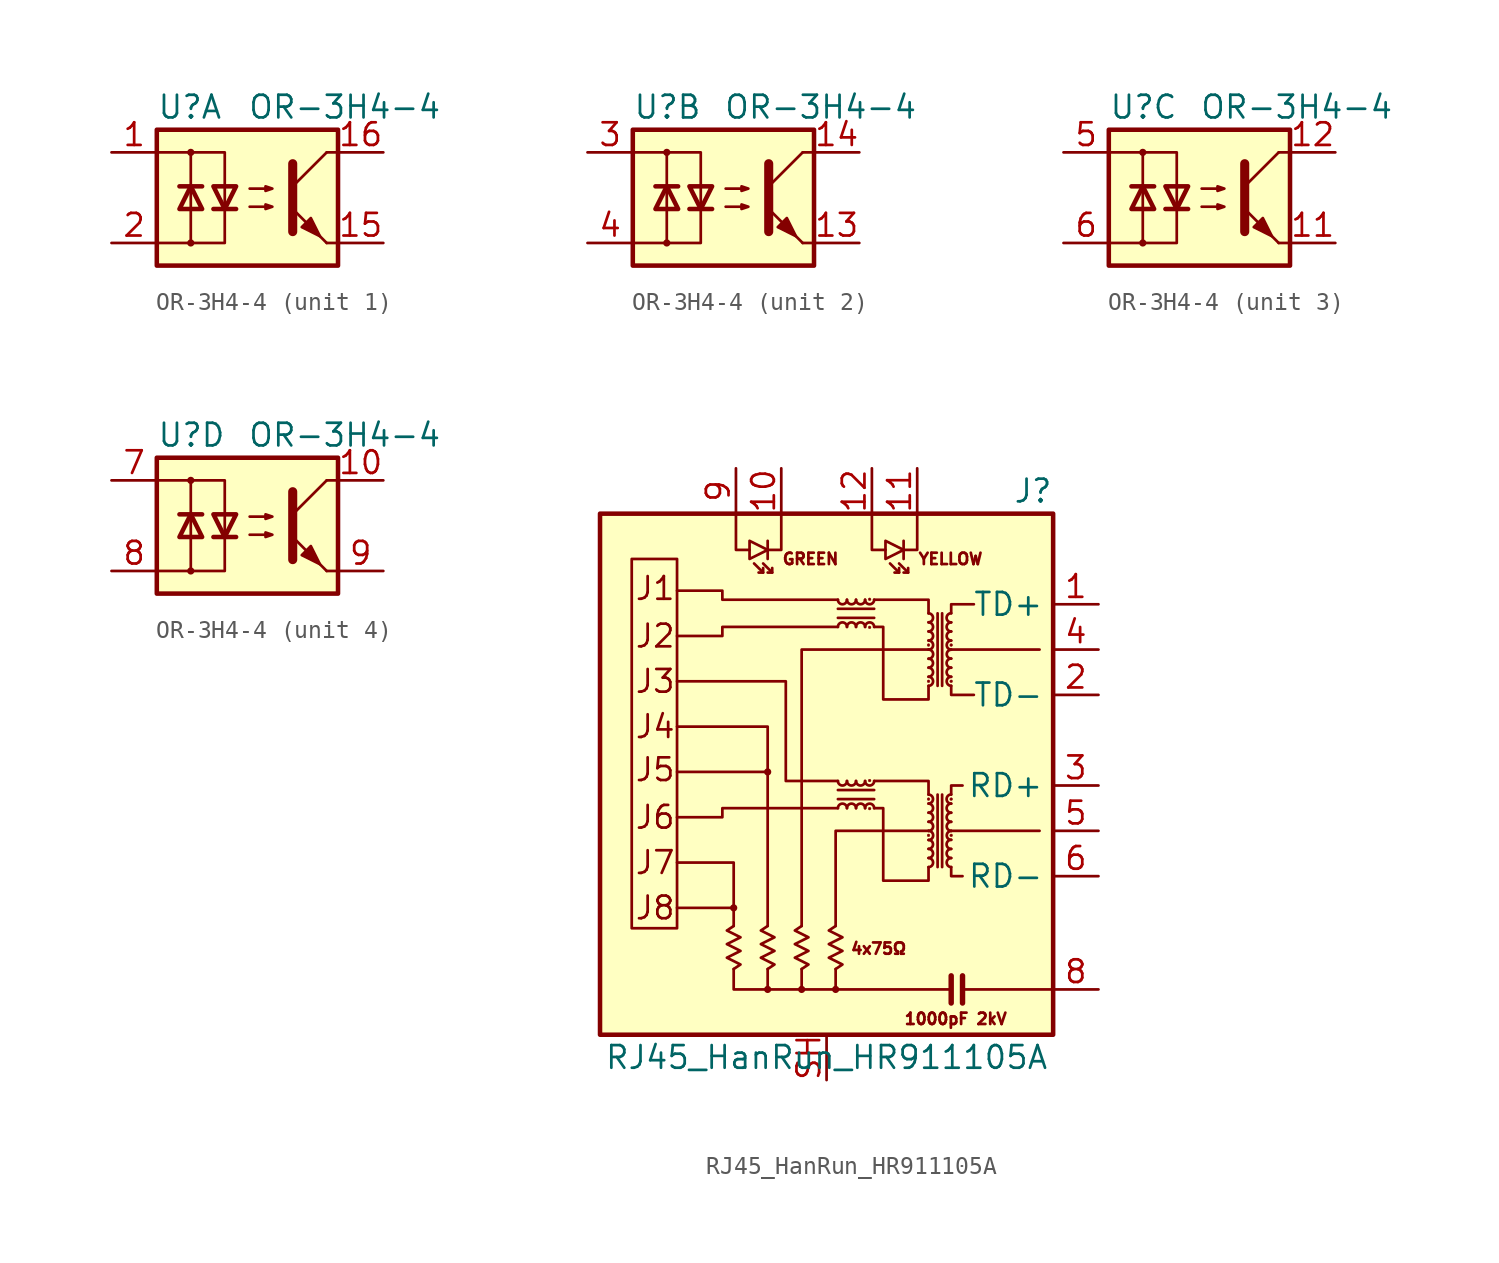
<source format=kicad_sym>
(kicad_symbol_lib
  (version 20231120)
  (generator "kicad_symbol_editor")
  (generator_version "8.0")
  (symbol "OR-3H4-4"
    (pin_names
      (offset 1.016))
    (property "Reference" "U"
      (at -5.08 5.08 0)
      (effects (font (size 1.27 1.27)) (justify left)))
    (property "Value" "OR-3H4-4"
      (at 0 5.08 0)
      (effects (font (size 1.27 1.27)) (justify left)))
    (symbol "OR-3H4-4_0_1"
      (rectangle (start -5.08 3.81) (end 5.08 -3.81) (stroke (width 0.254) (type default)) (fill (type background)))
      (circle (center -3.175 -2.54) (radius 0.127) (stroke (width 0) (type default)) (fill (type none)))
      (circle (center -3.175 2.54) (radius 0.127) (stroke (width 0) (type default)) (fill (type none)))
      (polyline (pts (xy -3.81 0.635) (xy -2.54 0.635)) (stroke (width 0.254) (type default)) (fill (type none)))
      (polyline (pts (xy -3.175 0.635) (xy -3.175 -2.54)) (stroke (width 0) (type default)) (fill (type none)))
      (polyline (pts (xy -3.175 0.635) (xy -3.175 2.54)) (stroke (width 0) (type default)) (fill (type none)))
      (polyline (pts (xy -1.905 -0.635) (xy -0.635 -0.635)) (stroke (width 0.254) (type default)) (fill (type none)))
      (polyline (pts (xy 2.54 0.635) (xy 4.445 2.54)) (stroke (width 0) (type default)) (fill (type none)))
      (polyline (pts (xy 4.445 -2.54) (xy 2.54 -0.635)) (stroke (width 0) (type default)) (fill (type outline)))
      (polyline (pts (xy 4.445 -2.54) (xy 5.08 -2.54)) (stroke (width 0) (type default)) (fill (type none)))
      (polyline (pts (xy 4.445 2.54) (xy 5.08 2.54)) (stroke (width 0) (type default)) (fill (type none)))
      (polyline (pts (xy -5.08 2.54) (xy -1.27 2.54) (xy -1.27 -0.635)) (stroke (width 0) (type default)) (fill (type none)))
      (polyline (pts (xy -1.27 -0.635) (xy -1.27 -2.54) (xy -5.08 -2.54)) (stroke (width 0) (type default)) (fill (type none)))
      (polyline (pts (xy 2.54 1.905) (xy 2.54 -1.905) (xy 2.54 -1.905)) (stroke (width 0.508) (type default)) (fill (type none)))
      (polyline (pts (xy -3.175 0.635) (xy -3.81 -0.635) (xy -2.54 -0.635) (xy -3.175 0.635)) (stroke (width 0.254) (type default)) (fill (type none)))
      (polyline (pts (xy -1.27 -0.635) (xy -1.905 0.635) (xy -0.635 0.635) (xy -1.27 -0.635)) (stroke (width 0.254) (type default)) (fill (type none)))
      (polyline (pts (xy 0.127 -0.508) (xy 1.397 -0.508) (xy 1.016 -0.635) (xy 1.016 -0.381) (xy 1.397 -0.508)) (stroke (width 0) (type default)) (fill (type none)))
      (polyline (pts (xy 0.127 0.508) (xy 1.397 0.508) (xy 1.016 0.381) (xy 1.016 0.635) (xy 1.397 0.508)) (stroke (width 0) (type default)) (fill (type none)))
      (polyline (pts (xy 3.048 -1.651) (xy 3.556 -1.143) (xy 4.064 -2.159) (xy 3.048 -1.651) (xy 3.048 -1.651)) (stroke (width 0) (type default)) (fill (type outline))))
    (symbol "OR-3H4-4_1_1"
      (pin passive line (at -7.62 2.54 0) (length 2.54) (name "~" (effects (font (size 1.27 1.27)))) (number "1" (effects (font (size 1.27 1.27)))))
      (pin passive line (at 7.62 -2.54 180) (length 2.54) (name "~" (effects (font (size 1.27 1.27)))) (number "15" (effects (font (size 1.27 1.27)))))
      (pin passive line (at 7.62 2.54 180) (length 2.54) (name "~" (effects (font (size 1.27 1.27)))) (number "16" (effects (font (size 1.27 1.27)))))
      (pin passive line (at -7.62 -2.54 0) (length 2.54) (name "~" (effects (font (size 1.27 1.27)))) (number "2" (effects (font (size 1.27 1.27))))))
    (symbol "OR-3H4-4_2_1"
      (pin passive line (at 7.62 -2.54 180) (length 2.54) (name "~" (effects (font (size 1.27 1.27)))) (number "13" (effects (font (size 1.27 1.27)))))
      (pin passive line (at 7.62 2.54 180) (length 2.54) (name "~" (effects (font (size 1.27 1.27)))) (number "14" (effects (font (size 1.27 1.27)))))
      (pin passive line (at -7.62 2.54 0) (length 2.54) (name "~" (effects (font (size 1.27 1.27)))) (number "3" (effects (font (size 1.27 1.27)))))
      (pin passive line (at -7.62 -2.54 0) (length 2.54) (name "~" (effects (font (size 1.27 1.27)))) (number "4" (effects (font (size 1.27 1.27))))))
    (symbol "OR-3H4-4_3_1"
      (pin passive line (at 7.62 -2.54 180) (length 2.54) (name "~" (effects (font (size 1.27 1.27)))) (number "11" (effects (font (size 1.27 1.27)))))
      (pin passive line (at 7.62 2.54 180) (length 2.54) (name "~" (effects (font (size 1.27 1.27)))) (number "12" (effects (font (size 1.27 1.27)))))
      (pin passive line (at -7.62 2.54 0) (length 2.54) (name "~" (effects (font (size 1.27 1.27)))) (number "5" (effects (font (size 1.27 1.27)))))
      (pin passive line (at -7.62 -2.54 0) (length 2.54) (name "~" (effects (font (size 1.27 1.27)))) (number "6" (effects (font (size 1.27 1.27))))))
    (symbol "OR-3H4-4_4_1"
      (pin passive line (at 7.62 2.54 180) (length 2.54) (name "~" (effects (font (size 1.27 1.27)))) (number "10" (effects (font (size 1.27 1.27)))))
      (pin passive line (at -7.62 2.54 0) (length 2.54) (name "~" (effects (font (size 1.27 1.27)))) (number "7" (effects (font (size 1.27 1.27)))))
      (pin passive line (at -7.62 -2.54 0) (length 2.54) (name "~" (effects (font (size 1.27 1.27)))) (number "8" (effects (font (size 1.27 1.27)))))
      (pin passive line (at 7.62 -2.54 180) (length 2.54) (name "~" (effects (font (size 1.27 1.27)))) (number "9" (effects (font (size 1.27 1.27)))))))
  (symbol "RJ45_HanRun_HR911105A"
    (property "Reference" "J"
      (at 12.7 13.97 0)
      (effects (font (size 1.27 1.27)) (justify right)))
    (property "Value" "RJ45_HanRun_HR911105A"
      (at 0 -17.78 0)
      (effects (font (size 1.27 1.27))))
    (symbol "RJ45_HanRun_HR911105A_0_0"
      (rectangle (start -12.7 12.7) (end 12.7 -16.51) (stroke (width 0.254) (type default)) (fill (type background)))
      (polyline (pts (xy -5.207 -9.398) (xy -8.382 -9.398)) (stroke (width 0) (type default)) (fill (type none)))
      (polyline (pts (xy -3.302 -13.97) (xy -3.302 -12.827)) (stroke (width 0) (type default)) (fill (type none)))
      (polyline (pts (xy -3.302 -1.778) (xy -8.382 -1.778)) (stroke (width 0) (type default)) (fill (type none)))
      (polyline (pts (xy -1.397 -13.97) (xy -1.397 -12.827)) (stroke (width 0) (type default)) (fill (type none)))
      (polyline (pts (xy 0.508 -13.97) (xy 0.508 -12.827)) (stroke (width 0) (type default)) (fill (type none)))
      (polyline (pts (xy 7.62 -13.97) (xy 12.7 -13.97)) (stroke (width 0) (type default)) (fill (type none)))
      (polyline (pts (xy 11.938 -5.08) (xy 6.985 -5.08)) (stroke (width 0) (type default)) (fill (type none)))
      (polyline (pts (xy 11.938 5.08) (xy 6.985 5.08)) (stroke (width 0) (type default)) (fill (type none)))
      (polyline (pts (xy -1.397 -10.414) (xy -1.397 5.08) (xy 5.715 5.08)) (stroke (width 0) (type default)) (fill (type none)))
      (polyline (pts (xy 0.508 -10.414) (xy 0.508 -5.08) (xy 5.715 -5.08)) (stroke (width 0) (type default)) (fill (type none)))
      (polyline (pts (xy 6.985 -13.97) (xy -5.207 -13.97) (xy -5.207 -12.827)) (stroke (width 0) (type default)) (fill (type none)))
      (polyline (pts (xy 0.635 -2.286) (xy -2.286 -2.286) (xy -2.286 3.302) (xy -8.382 3.302)) (stroke (width 0) (type default)) (fill (type none)))
      (polyline (pts (xy 0.635 7.874) (xy -5.842 7.874) (xy -5.842 8.382) (xy -8.382 8.382)) (stroke (width 0) (type default)) (fill (type none)))
      (text "1000pF 2kV" (at 7.239 -15.621 0) (effects (font (size 0.635 0.635))))
      (text "4x75Ω" (at 2.921 -11.684 0) (effects (font (size 0.635 0.635))))
      (text "GREEN" (at -2.54 10.16 0) (effects (font (size 0.635 0.635)) (justify left)))
      (text "J1" (at -10.795 8.509 0) (effects (font (size 1.27 1.27)) (justify left)))
      (text "J2" (at -10.795 5.842 0) (effects (font (size 1.27 1.27)) (justify left)))
      (text "J3" (at -10.795 3.302 0) (effects (font (size 1.27 1.27)) (justify left)))
      (text "J4" (at -10.795 0.762 0) (effects (font (size 1.27 1.27)) (justify left)))
      (text "J5" (at -10.795 -1.651 0) (effects (font (size 1.27 1.27)) (justify left)))
      (text "J6" (at -10.795 -4.318 0) (effects (font (size 1.27 1.27)) (justify left)))
      (text "J7" (at -10.795 -6.858 0) (effects (font (size 1.27 1.27)) (justify left)))
      (text "J8" (at -10.795 -9.398 0) (effects (font (size 1.27 1.27)) (justify left)))
      (text "YELLOW" (at 5.08 10.16 0) (effects (font (size 0.635 0.635)) (justify left))))
    (symbol "RJ45_HanRun_HR911105A_0_1"
      (rectangle (start -8.382 -10.541) (end -10.922 10.16) (stroke (width 0) (type default)) (fill (type none)))
      (circle (center -5.207 -9.398) (radius 0.127) (stroke (width 0) (type default)) (fill (type outline)))
      (circle (center -3.302 -13.97) (radius 0.127) (stroke (width 0) (type default)) (fill (type outline)))
      (circle (center -3.302 -1.778) (radius 0.127) (stroke (width 0) (type default)) (fill (type outline)))
      (circle (center -1.397 -13.97) (radius 0.127) (stroke (width 0) (type default)) (fill (type outline)))
      (polyline (pts (xy -3.556 9.398) (xy -4.064 9.906)) (stroke (width 0) (type default)) (fill (type none)))
      (polyline (pts (xy -3.302 11.176) (xy -3.302 10.16)) (stroke (width 0) (type default)) (fill (type none)))
      (polyline (pts (xy -3.048 9.398) (xy -3.556 9.906)) (stroke (width 0) (type default)) (fill (type none)))
      (polyline (pts (xy 0.635 -3.302) (xy 2.667 -3.302)) (stroke (width 0) (type default)) (fill (type none)))
      (polyline (pts (xy 0.635 6.858) (xy 2.667 6.858)) (stroke (width 0) (type default)) (fill (type none)))
      (polyline (pts (xy 2.667 -2.794) (xy 0.635 -2.794)) (stroke (width 0) (type default)) (fill (type none)))
      (polyline (pts (xy 2.667 7.366) (xy 0.635 7.366)) (stroke (width 0) (type default)) (fill (type none)))
      (polyline (pts (xy 4.064 9.398) (xy 3.556 9.906)) (stroke (width 0) (type default)) (fill (type none)))
      (polyline (pts (xy 4.318 11.176) (xy 4.318 10.16)) (stroke (width 0) (type default)) (fill (type none)))
      (polyline (pts (xy 4.572 9.398) (xy 4.064 9.906)) (stroke (width 0) (type default)) (fill (type none)))
      (polyline (pts (xy 6.223 -3.048) (xy 6.223 -7.112)) (stroke (width 0) (type default)) (fill (type none)))
      (polyline (pts (xy 6.223 7.112) (xy 6.223 3.048)) (stroke (width 0) (type default)) (fill (type none)))
      (polyline (pts (xy 6.477 -7.112) (xy 6.477 -3.048)) (stroke (width 0) (type default)) (fill (type none)))
      (polyline (pts (xy 6.477 3.048) (xy 6.477 7.112)) (stroke (width 0) (type default)) (fill (type none)))
      (polyline (pts (xy 6.985 -14.732) (xy 6.985 -13.208)) (stroke (width 0.305) (type default)) (fill (type none)))
      (polyline (pts (xy 7.62 -14.732) (xy 7.62 -13.208)) (stroke (width 0.305) (type default)) (fill (type none)))
      (polyline (pts (xy -5.207 -10.414) (xy -5.207 -6.858) (xy -8.382 -6.858)) (stroke (width 0) (type default)) (fill (type none)))
      (polyline (pts (xy -5.08 12.7) (xy -5.08 10.668) (xy -4.318 10.668)) (stroke (width 0) (type default)) (fill (type none)))
      (polyline (pts (xy -3.556 9.652) (xy -3.556 9.398) (xy -3.81 9.398)) (stroke (width 0) (type default)) (fill (type none)))
      (polyline (pts (xy -3.302 -10.414) (xy -3.302 0.762) (xy -8.382 0.762)) (stroke (width 0) (type default)) (fill (type none)))
      (polyline (pts (xy -3.048 9.652) (xy -3.048 9.398) (xy -3.302 9.398)) (stroke (width 0) (type default)) (fill (type none)))
      (polyline (pts (xy -2.54 12.7) (xy -2.54 10.668) (xy -3.302 10.668)) (stroke (width 0) (type default)) (fill (type none)))
      (polyline (pts (xy 2.54 12.7) (xy 2.54 10.668) (xy 3.302 10.668)) (stroke (width 0) (type default)) (fill (type none)))
      (polyline (pts (xy 2.667 -2.286) (xy 5.715 -2.286) (xy 5.715 -3.048)) (stroke (width 0) (type default)) (fill (type none)))
      (polyline (pts (xy 2.667 7.874) (xy 5.715 7.874) (xy 5.715 7.112)) (stroke (width 0) (type default)) (fill (type none)))
      (polyline (pts (xy 4.064 9.652) (xy 4.064 9.398) (xy 3.81 9.398)) (stroke (width 0) (type default)) (fill (type none)))
      (polyline (pts (xy 4.572 9.652) (xy 4.572 9.398) (xy 4.318 9.398)) (stroke (width 0) (type default)) (fill (type none)))
      (polyline (pts (xy 5.08 12.7) (xy 5.08 10.668) (xy 4.318 10.668)) (stroke (width 0) (type default)) (fill (type none)))
      (polyline (pts (xy 6.985 -7.112) (xy 6.985 -7.62) (xy 7.62 -7.62)) (stroke (width 0) (type default)) (fill (type none)))
      (polyline (pts (xy 6.985 -3.048) (xy 6.985 -2.54) (xy 7.62 -2.54)) (stroke (width 0) (type default)) (fill (type none)))
      (polyline (pts (xy 6.985 3.048) (xy 6.985 2.54) (xy 8.255 2.54)) (stroke (width 0) (type default)) (fill (type none)))
      (polyline (pts (xy 6.985 7.112) (xy 6.985 7.62) (xy 8.255 7.62)) (stroke (width 0) (type default)) (fill (type none)))
      (polyline (pts (xy -3.302 10.668) (xy -4.318 11.176) (xy -4.318 10.16) (xy -3.302 10.668)) (stroke (width 0) (type default)) (fill (type none)))
      (polyline (pts (xy 0.635 -3.81) (xy -5.842 -3.81) (xy -5.842 -4.318) (xy -8.382 -4.318)) (stroke (width 0) (type default)) (fill (type none)))
      (polyline (pts (xy 0.635 6.35) (xy -5.842 6.35) (xy -5.842 5.842) (xy -8.382 5.842)) (stroke (width 0) (type default)) (fill (type none)))
      (polyline (pts (xy 4.318 10.668) (xy 3.302 11.176) (xy 3.302 10.16) (xy 4.318 10.668)) (stroke (width 0) (type default)) (fill (type none)))
      (polyline (pts (xy 5.715 -7.112) (xy 5.715 -7.874) (xy 3.175 -7.874) (xy 3.175 -3.81) (xy 2.667 -3.81)) (stroke (width 0) (type default)) (fill (type none)))
      (polyline (pts (xy 5.715 3.048) (xy 5.715 2.286) (xy 3.175 2.286) (xy 3.175 6.35) (xy 2.667 6.35)) (stroke (width 0) (type default)) (fill (type none)))
      (polyline (pts (xy -5.207 -12.827) (xy -4.826 -12.573) (xy -5.588 -12.192) (xy -4.826 -11.811) (xy -5.588 -11.43) (xy -4.826 -11.049) (xy -5.588 -10.668) (xy -5.207 -10.414)) (stroke (width 0) (type default)) (fill (type none)))
      (polyline (pts (xy -3.302 -12.827) (xy -2.921 -12.573) (xy -3.683 -12.192) (xy -2.921 -11.811) (xy -3.683 -11.43) (xy -2.921 -11.049) (xy -3.683 -10.668) (xy -3.302 -10.414)) (stroke (width 0) (type default)) (fill (type none)))
      (polyline (pts (xy -1.397 -12.827) (xy -1.016 -12.573) (xy -1.778 -12.192) (xy -1.016 -11.811) (xy -1.778 -11.43) (xy -1.016 -11.049) (xy -1.778 -10.668) (xy -1.397 -10.414)) (stroke (width 0) (type default)) (fill (type none)))
      (polyline (pts (xy 0.508 -12.827) (xy 0.889 -12.573) (xy 0.127 -12.192) (xy 0.889 -11.811) (xy 0.127 -11.43) (xy 0.889 -11.049) (xy 0.127 -10.668) (xy 0.508 -10.414)) (stroke (width 0) (type default)) (fill (type none)))
      (circle (center 0.508 -13.97) (radius 0.127) (stroke (width 0) (type default)) (fill (type outline)))
      (arc (start 0.635 -2.286) (mid 0.889 -2.5389) (end 1.143 -2.286) (stroke (width 0) (type default)) (fill (type none)))
      (arc (start 0.635 7.874) (mid 0.889 7.6211) (end 1.143 7.874) (stroke (width 0) (type default)) (fill (type none)))
      (arc (start 1.143 -3.81) (mid 0.889 -3.5571) (end 0.635 -3.81) (stroke (width 0) (type default)) (fill (type none)))
      (arc (start 1.143 -2.286) (mid 1.397 -2.5389) (end 1.651 -2.286) (stroke (width 0) (type default)) (fill (type none)))
      (arc (start 1.143 6.35) (mid 0.889 6.6029) (end 0.635 6.35) (stroke (width 0) (type default)) (fill (type none)))
      (arc (start 1.143 7.874) (mid 1.397 7.6211) (end 1.651 7.874) (stroke (width 0) (type default)) (fill (type none)))
      (arc (start 1.651 -3.81) (mid 1.397 -3.5571) (end 1.143 -3.81) (stroke (width 0) (type default)) (fill (type none)))
      (arc (start 1.651 -2.286) (mid 1.905 -2.5389) (end 2.159 -2.286) (stroke (width 0) (type default)) (fill (type none)))
      (arc (start 1.651 6.35) (mid 1.397 6.6029) (end 1.143 6.35) (stroke (width 0) (type default)) (fill (type none)))
      (arc (start 1.651 7.874) (mid 1.905 7.6211) (end 2.159 7.874) (stroke (width 0) (type default)) (fill (type none)))
      (arc (start 2.159 -3.81) (mid 1.905 -3.5571) (end 1.651 -3.81) (stroke (width 0) (type default)) (fill (type none)))
      (arc (start 2.159 -2.286) (mid 2.413 -2.5389) (end 2.667 -2.286) (stroke (width 0) (type default)) (fill (type none)))
      (arc (start 2.159 6.35) (mid 1.905 6.6029) (end 1.651 6.35) (stroke (width 0) (type default)) (fill (type none)))
      (arc (start 2.159 7.874) (mid 2.413 7.6211) (end 2.667 7.874) (stroke (width 0) (type default)) (fill (type none)))
      (circle (center 2.413 -3.835) (radius 0.076) (stroke (width 0.025) (type default)) (fill (type outline)))
      (circle (center 2.413 -2.261) (radius 0.076) (stroke (width 0.025) (type default)) (fill (type outline)))
      (circle (center 2.413 6.325) (radius 0.076) (stroke (width 0.025) (type default)) (fill (type outline)))
      (circle (center 2.413 7.899) (radius 0.076) (stroke (width 0.025) (type default)) (fill (type outline)))
      (arc (start 2.667 -3.81) (mid 2.413 -3.5571) (end 2.159 -3.81) (stroke (width 0) (type default)) (fill (type none)))
      (arc (start 2.667 6.35) (mid 2.413 6.6029) (end 2.159 6.35) (stroke (width 0) (type default)) (fill (type none)))
      (arc (start 5.715 -7.112) (mid 5.9679 -6.858) (end 5.715 -6.604) (stroke (width 0) (type default)) (fill (type none)))
      (arc (start 5.715 -6.604) (mid 5.9679 -6.35) (end 5.715 -6.096) (stroke (width 0) (type default)) (fill (type none)))
      (arc (start 5.715 -6.096) (mid 5.9679 -5.842) (end 5.715 -5.588) (stroke (width 0) (type default)) (fill (type none)))
      (arc (start 5.715 -5.588) (mid 5.9679 -5.334) (end 5.715 -5.08) (stroke (width 0) (type default)) (fill (type none)))
      (circle (center 5.715 -5.334) (radius 0.076) (stroke (width 0.025) (type default)) (fill (type outline)))
      (arc (start 5.715 -5.08) (mid 5.9679 -4.826) (end 5.715 -4.572) (stroke (width 0) (type default)) (fill (type none)))
      (arc (start 5.715 -4.572) (mid 5.9679 -4.318) (end 5.715 -4.064) (stroke (width 0) (type default)) (fill (type none)))
      (arc (start 5.715 -4.064) (mid 5.9679 -3.81) (end 5.715 -3.556) (stroke (width 0) (type default)) (fill (type none)))
      (arc (start 5.715 -3.556) (mid 5.9679 -3.302) (end 5.715 -3.048) (stroke (width 0) (type default)) (fill (type none)))
      (circle (center 5.715 -3.302) (radius 0.076) (stroke (width 0.025) (type default)) (fill (type outline)))
      (arc (start 5.715 3.048) (mid 5.9679 3.302) (end 5.715 3.556) (stroke (width 0) (type default)) (fill (type none)))
      (circle (center 5.715 3.302) (radius 0.076) (stroke (width 0.025) (type default)) (fill (type outline)))
      (arc (start 5.715 3.556) (mid 5.9679 3.81) (end 5.715 4.064) (stroke (width 0) (type default)) (fill (type none)))
      (arc (start 5.715 4.064) (mid 5.9679 4.318) (end 5.715 4.572) (stroke (width 0) (type default)) (fill (type none)))
      (arc (start 5.715 4.572) (mid 5.9679 4.826) (end 5.715 5.08) (stroke (width 0) (type default)) (fill (type none)))
      (arc (start 5.715 5.08) (mid 5.9679 5.334) (end 5.715 5.588) (stroke (width 0) (type default)) (fill (type none)))
      (circle (center 5.715 5.334) (radius 0.076) (stroke (width 0.025) (type default)) (fill (type outline)))
      (arc (start 5.715 5.588) (mid 5.9679 5.842) (end 5.715 6.096) (stroke (width 0) (type default)) (fill (type none)))
      (arc (start 5.715 6.096) (mid 5.9679 6.35) (end 5.715 6.604) (stroke (width 0) (type default)) (fill (type none)))
      (arc (start 5.715 6.604) (mid 5.9679 6.858) (end 5.715 7.112) (stroke (width 0) (type default)) (fill (type none)))
      (arc (start 6.985 -6.604) (mid 6.7321 -6.858) (end 6.985 -7.112) (stroke (width 0) (type default)) (fill (type none)))
      (arc (start 6.985 -6.096) (mid 6.7321 -6.35) (end 6.985 -6.604) (stroke (width 0) (type default)) (fill (type none)))
      (arc (start 6.985 -5.588) (mid 6.7321 -5.842) (end 6.985 -6.096) (stroke (width 0) (type default)) (fill (type none)))
      (circle (center 6.985 -5.334) (radius 0.076) (stroke (width 0.025) (type default)) (fill (type outline)))
      (arc (start 6.985 -5.08) (mid 6.7321 -5.334) (end 6.985 -5.588) (stroke (width 0) (type default)) (fill (type none)))
      (arc (start 6.985 -4.572) (mid 6.7321 -4.826) (end 6.985 -5.08) (stroke (width 0) (type default)) (fill (type none)))
      (arc (start 6.985 -4.064) (mid 6.7321 -4.318) (end 6.985 -4.572) (stroke (width 0) (type default)) (fill (type none)))
      (arc (start 6.985 -3.556) (mid 6.7321 -3.81) (end 6.985 -4.064) (stroke (width 0) (type default)) (fill (type none)))
      (circle (center 6.985 -3.302) (radius 0.076) (stroke (width 0.025) (type default)) (fill (type outline)))
      (arc (start 6.985 -3.048) (mid 6.7321 -3.302) (end 6.985 -3.556) (stroke (width 0) (type default)) (fill (type none)))
      (circle (center 6.985 3.302) (radius 0.076) (stroke (width 0.025) (type default)) (fill (type outline)))
      (arc (start 6.985 3.556) (mid 6.7321 3.302) (end 6.985 3.048) (stroke (width 0) (type default)) (fill (type none)))
      (arc (start 6.985 4.064) (mid 6.7321 3.81) (end 6.985 3.556) (stroke (width 0) (type default)) (fill (type none)))
      (arc (start 6.985 4.572) (mid 6.7321 4.318) (end 6.985 4.064) (stroke (width 0) (type default)) (fill (type none)))
      (arc (start 6.985 5.08) (mid 6.7321 4.826) (end 6.985 4.572) (stroke (width 0) (type default)) (fill (type none)))
      (circle (center 6.985 5.334) (radius 0.076) (stroke (width 0.025) (type default)) (fill (type outline)))
      (arc (start 6.985 5.588) (mid 6.7321 5.334) (end 6.985 5.08) (stroke (width 0) (type default)) (fill (type none)))
      (arc (start 6.985 6.096) (mid 6.7321 5.842) (end 6.985 5.588) (stroke (width 0) (type default)) (fill (type none)))
      (arc (start 6.985 6.604) (mid 6.7321 6.35) (end 6.985 6.096) (stroke (width 0) (type default)) (fill (type none)))
      (arc (start 6.985 7.112) (mid 6.7321 6.858) (end 6.985 6.604) (stroke (width 0) (type default)) (fill (type none))))
    (symbol "RJ45_HanRun_HR911105A_1_1"
      (pin passive line (at 15.24 7.62 180) (length 2.54) (name "TD+" (effects (font (size 1.27 1.27)))) (number "1" (effects (font (size 1.27 1.27)))))
      (pin passive line (at -2.54 15.24 270) (length 2.54) (name "~" (effects (font (size 1.27 1.27)))) (number "10" (effects (font (size 1.27 1.27)))))
      (pin passive line (at 5.08 15.24 270) (length 2.54) (name "~" (effects (font (size 1.27 1.27)))) (number "11" (effects (font (size 1.27 1.27)))))
      (pin passive line (at 2.54 15.24 270) (length 2.54) (name "~" (effects (font (size 1.27 1.27)))) (number "12" (effects (font (size 1.27 1.27)))))
      (pin passive line (at 15.24 2.54 180) (length 2.54) (name "TD-" (effects (font (size 1.27 1.27)))) (number "2" (effects (font (size 1.27 1.27)))))
      (pin passive line (at 15.24 -2.54 180) (length 2.54) (name "RD+" (effects (font (size 1.27 1.27)))) (number "3" (effects (font (size 1.27 1.27)))))
      (pin passive line (at 15.24 5.08 180) (length 2.54) (name "~" (effects (font (size 1.27 1.27)))) (number "4" (effects (font (size 1.27 1.27)))))
      (pin passive line (at 15.24 -5.08 180) (length 2.54) (name "~" (effects (font (size 1.27 1.27)))) (number "5" (effects (font (size 1.27 1.27)))))
      (pin passive line (at 15.24 -7.62 180) (length 2.54) (name "RD-" (effects (font (size 1.27 1.27)))) (number "6" (effects (font (size 1.27 1.27)))))
      (pin no_connect line (at 12.7 -11.43 180) (length 2.54) hide (name "NC" (effects (font (size 1.27 1.27)))) (number "7" (effects (font (size 1.27 1.27)))))
      (pin passive line (at 15.24 -13.97 180) (length 2.54) (name "~" (effects (font (size 1.27 1.27)))) (number "8" (effects (font (size 1.27 1.27)))))
      (pin passive line (at -5.08 15.24 270) (length 2.54) (name "~" (effects (font (size 1.27 1.27)))) (number "9" (effects (font (size 1.27 1.27)))))
      (pin passive line (at 0 -19.05 90) (length 2.54) (name "~" (effects (font (size 1.27 1.27)))) (number "SH" (effects (font (size 1.27 1.27))))))))
</source>
